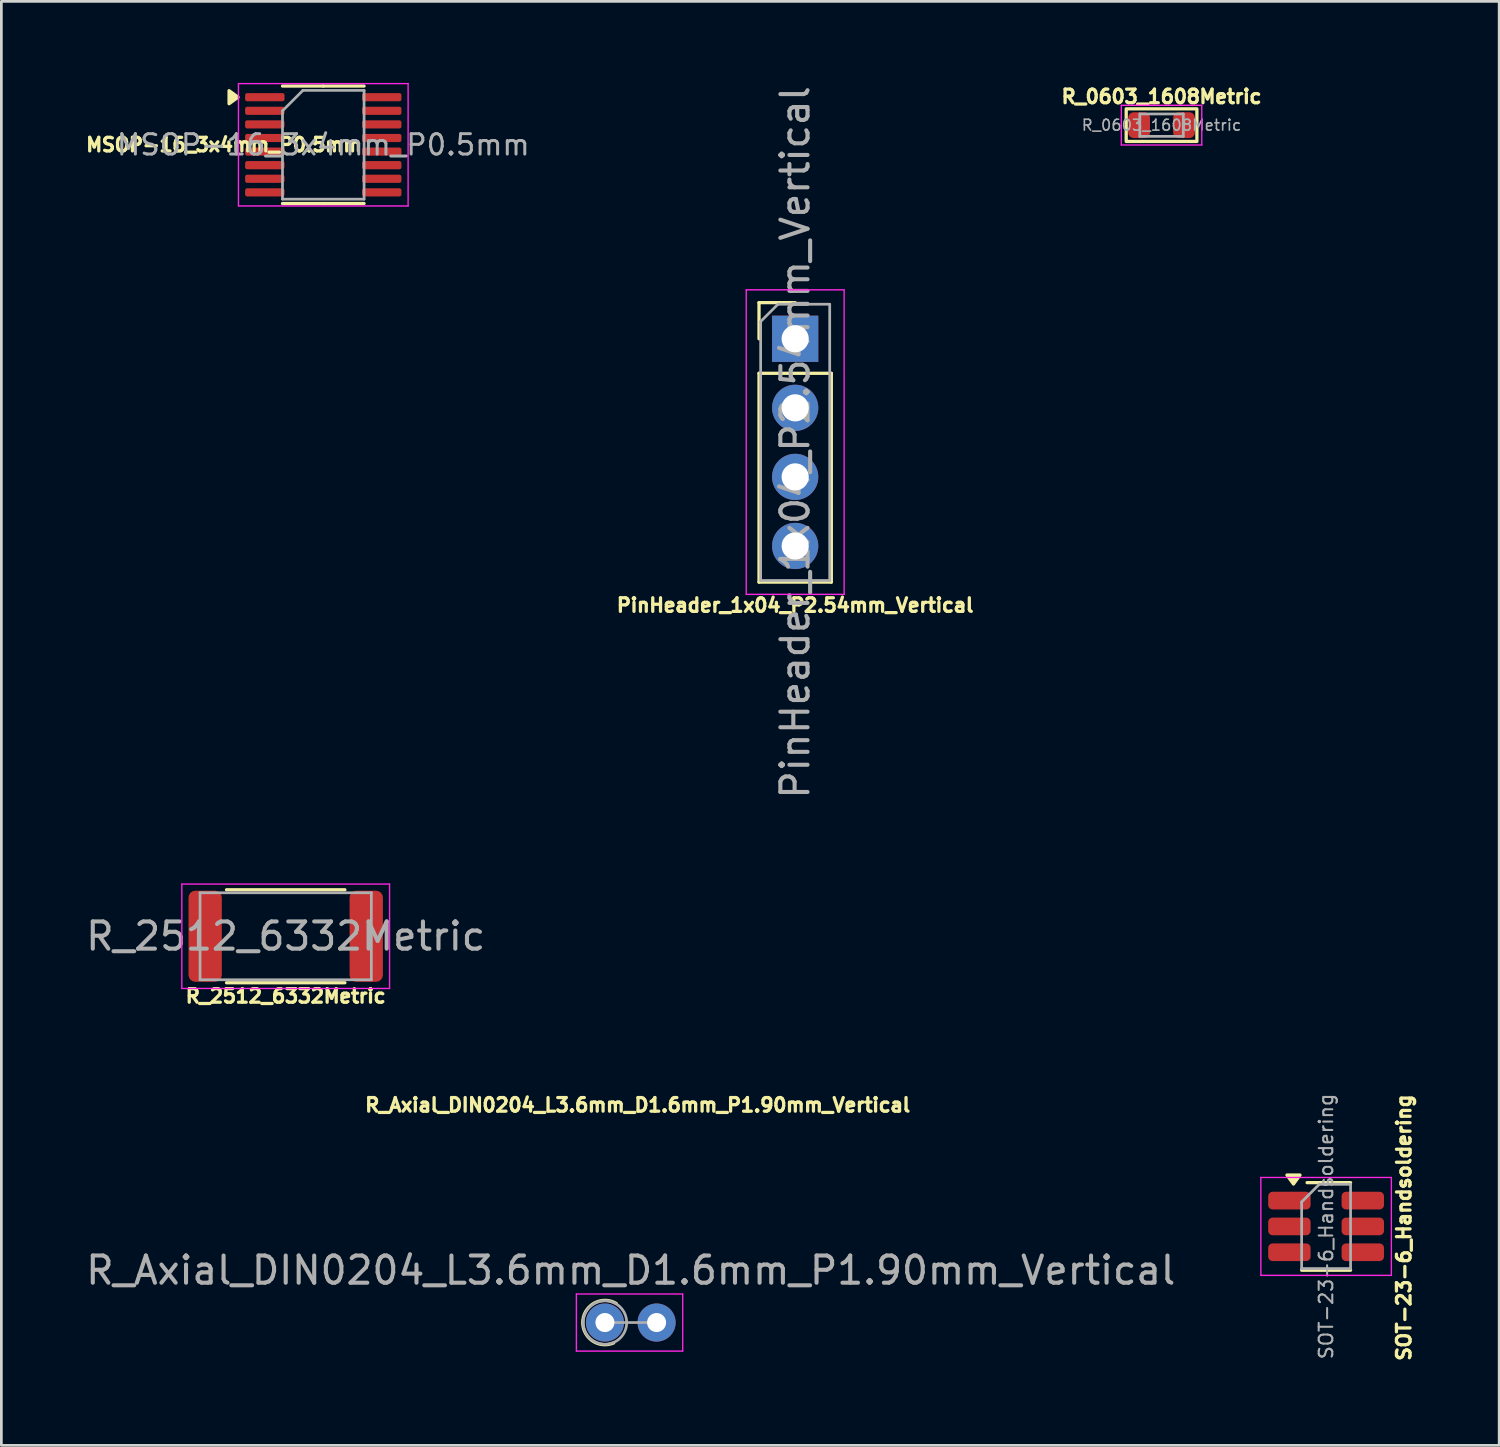
<source format=kicad_pcb>
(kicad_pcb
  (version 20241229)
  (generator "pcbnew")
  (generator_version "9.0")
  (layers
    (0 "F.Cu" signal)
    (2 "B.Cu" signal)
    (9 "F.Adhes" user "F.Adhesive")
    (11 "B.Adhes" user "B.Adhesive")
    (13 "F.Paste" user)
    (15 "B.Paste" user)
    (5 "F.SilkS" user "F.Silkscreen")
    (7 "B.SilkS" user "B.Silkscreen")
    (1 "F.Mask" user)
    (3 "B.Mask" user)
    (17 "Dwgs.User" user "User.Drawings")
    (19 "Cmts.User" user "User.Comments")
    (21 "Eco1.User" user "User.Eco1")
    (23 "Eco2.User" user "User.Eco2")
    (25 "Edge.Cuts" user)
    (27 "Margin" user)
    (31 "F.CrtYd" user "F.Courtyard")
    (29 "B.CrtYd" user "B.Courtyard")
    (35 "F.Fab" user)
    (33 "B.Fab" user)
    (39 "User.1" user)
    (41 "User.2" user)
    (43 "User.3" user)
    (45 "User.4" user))
  (footprint "R_Axial_DIN0204_L3.6mm_D1.6mm_P1.90mm_Vertical"
    (layer "F.Cu")
    (at 19.199 45.592)
    (property "Reference" "R_Axial_DIN0204_L3.6mm_D1.6mm_P1.90mm_Vertical" (at 1.205 -8 0) (layer "F.SilkS") (effects (font (size 0.5 0.5) (thickness 0.12))))
    (attr through_hole)
    (fp_arc (start 0.320095 0.749359) (mid -0.813042 -0.054435) (end 0.417133 -0.7) (stroke (width 0.12) (type solid)) (layer "F.SilkS"))
    (fp_line (start -1.05 -1.05) (end -1.05 1.05) (stroke (width 0.05) (type solid)) (layer "F.CrtYd"))
    (fp_line (start -1.05 1.05) (end 2.86 1.05) (stroke (width 0.05) (type solid)) (layer "F.CrtYd"))
    (fp_line (start 2.86 -1.05) (end -1.05 -1.05) (stroke (width 0.05) (type solid)) (layer "F.CrtYd"))
    (fp_line (start 2.86 1.05) (end 2.86 -1.05) (stroke (width 0.05) (type solid)) (layer "F.CrtYd"))
    (fp_line (start 0 0) (end 1.9 0) (stroke (width 0.1) (type solid)) (layer "F.Fab"))
    (fp_circle (center 0 0) (end 0.8 0) (stroke (width 0.1) (type solid)) (fill no) (layer "F.Fab"))
    (fp_text user "${REFERENCE}" (at 0.95 -1.92 0) (layer "F.Fab") (effects (font (size 1 1) (thickness 0.15))))
    (pad "1" thru_hole circle (at 0 0) (size 1.4 1.4) (drill 0.7) (layers "*.Cu" "*.Mask"))
    (pad "2" thru_hole oval (at 1.9 0) (size 1.4 1.4) (drill 0.7) (layers "*.Cu" "*.Mask")))
  (footprint "R_0603_1608Metric"
    (layer "F.Cu")
    (at 39.671 1.553)
    (property "Reference" "R_0603_1608Metric" (at 0 -1.05 0) (layer "F.SilkS") (effects (font (size 0.5 0.5) (thickness 0.12))))
    (attr smd)
    (fp_rect (start -1.3 -0.6) (end 1.3 0.6) (stroke (width 0.12) (type default)) (fill no) (layer "F.SilkS"))
    (fp_line (start -1.48 -0.73) (end 1.48 -0.73) (stroke (width 0.05) (type solid)) (layer "F.CrtYd"))
    (fp_line (start -1.48 0.73) (end -1.48 -0.73) (stroke (width 0.05) (type solid)) (layer "F.CrtYd"))
    (fp_line (start 1.48 -0.73) (end 1.48 0.73) (stroke (width 0.05) (type solid)) (layer "F.CrtYd"))
    (fp_line (start 1.48 0.73) (end -1.48 0.73) (stroke (width 0.05) (type solid)) (layer "F.CrtYd"))
    (fp_line (start -0.8 -0.412) (end 0.8 -0.412) (stroke (width 0.1) (type solid)) (layer "F.Fab"))
    (fp_line (start -0.8 0.412) (end -0.8 -0.412) (stroke (width 0.1) (type solid)) (layer "F.Fab"))
    (fp_line (start 0.8 -0.412) (end 0.8 0.412) (stroke (width 0.1) (type solid)) (layer "F.Fab"))
    (fp_line (start 0.8 0.412) (end -0.8 0.412) (stroke (width 0.1) (type solid)) (layer "F.Fab"))
    (fp_text user "${REFERENCE}" (at 0 0 0) (layer "F.Fab") (effects (font (size 0.4 0.4) (thickness 0.06))))
    (pad "1" smd roundrect (at -0.825 0) (size 0.8 0.95) (layers "F.Cu" "F.Mask" "F.Paste") (roundrect_rratio 0.25))
    (pad "2" smd roundrect (at 0.825 0) (size 0.8 0.95) (layers "F.Cu" "F.Mask" "F.Paste") (roundrect_rratio 0.25)))
  (footprint "PinHeader_1x04_P2.54mm_Vertical"
    (layer "F.Cu")
    (at 26.196 9.41)
    (property "Reference" "PinHeader_1x04_P2.54mm_Vertical" (at 0 9.8 180) (layer "F.SilkS") (effects (font (size 0.5 0.5) (thickness 0.12))))
    (attr through_hole)
    (fp_line (start -1.33 -1.33) (end 0 -1.33) (stroke (width 0.12) (type solid)) (layer "F.SilkS"))
    (fp_line (start -1.33 0) (end -1.33 -1.33) (stroke (width 0.12) (type solid)) (layer "F.SilkS"))
    (fp_line (start -1.33 1.27) (end -1.33 8.95) (stroke (width 0.12) (type solid)) (layer "F.SilkS"))
    (fp_line (start -1.33 1.27) (end 1.33 1.27) (stroke (width 0.12) (type solid)) (layer "F.SilkS"))
    (fp_line (start -1.33 8.95) (end 1.33 8.95) (stroke (width 0.12) (type solid)) (layer "F.SilkS"))
    (fp_line (start 1.33 1.27) (end 1.33 8.95) (stroke (width 0.12) (type solid)) (layer "F.SilkS"))
    (fp_line (start -1.8 -1.8) (end -1.8 9.4) (stroke (width 0.05) (type solid)) (layer "F.CrtYd"))
    (fp_line (start -1.8 9.4) (end 1.8 9.4) (stroke (width 0.05) (type solid)) (layer "F.CrtYd"))
    (fp_line (start 1.8 -1.8) (end -1.8 -1.8) (stroke (width 0.05) (type solid)) (layer "F.CrtYd"))
    (fp_line (start 1.8 9.4) (end 1.8 -1.8) (stroke (width 0.05) (type solid)) (layer "F.CrtYd"))
    (fp_line (start -1.27 -0.635) (end -0.635 -1.27) (stroke (width 0.1) (type solid)) (layer "F.Fab"))
    (fp_line (start -1.27 8.89) (end -1.27 -0.635) (stroke (width 0.1) (type solid)) (layer "F.Fab"))
    (fp_line (start -0.635 -1.27) (end 1.27 -1.27) (stroke (width 0.1) (type solid)) (layer "F.Fab"))
    (fp_line (start 1.27 -1.27) (end 1.27 8.89) (stroke (width 0.1) (type solid)) (layer "F.Fab"))
    (fp_line (start 1.27 8.89) (end -1.27 8.89) (stroke (width 0.1) (type solid)) (layer "F.Fab"))
    (fp_text user "${REFERENCE}" (at 0 3.81 90) (layer "F.Fab") (effects (font (size 1 1) (thickness 0.15))))
    (pad "1" thru_hole rect (at 0 0) (size 1.7 1.7) (drill 1) (layers "*.Cu" "*.Mask"))
    (pad "2" thru_hole oval (at 0 2.54) (size 1.7 1.7) (drill 1) (layers "*.Cu" "*.Mask"))
    (pad "3" thru_hole oval (at 0 5.08) (size 1.7 1.7) (drill 1) (layers "*.Cu" "*.Mask"))
    (pad "4" thru_hole oval (at 0 7.62) (size 1.7 1.7) (drill 1) (layers "*.Cu" "*.Mask")))
  (footprint "SOT-23-6_Handsoldering"
    (layer "F.Cu")
    (at 45.723 42.057)
    (property "Reference" "SOT-23-6_Handsoldering" (at 2.862 0.043 270) (layer "F.SilkS") (effects (font (size 0.5 0.5) (thickness 0.12))))
    (attr smd)
    (fp_line (start -0.9 1.61) (end 0.9 1.61) (stroke (width 0.12) (type solid)) (layer "F.SilkS"))
    (fp_line (start 0.1 -1.61) (end -0.7 -1.61) (stroke (width 0.12) (type solid)) (layer "F.SilkS"))
    (fp_line (start 0.1 -1.61) (end 0.9 -1.61) (stroke (width 0.12) (type solid)) (layer "F.SilkS"))
    (fp_poly (pts (xy -1.2 -1.56) (xy -1.44 -1.89) (xy -0.96 -1.89) (xy -1.2 -1.56)) (stroke (width 0.12) (type solid)) (fill yes) (layer "F.SilkS"))
    (fp_line (start -2.4 -1.8) (end 2.4 -1.8) (stroke (width 0.05) (type solid)) (layer "F.CrtYd"))
    (fp_line (start -2.4 1.8) (end -2.4 -1.8) (stroke (width 0.05) (type solid)) (layer "F.CrtYd"))
    (fp_line (start 2.4 -1.8) (end 2.4 1.8) (stroke (width 0.05) (type solid)) (layer "F.CrtYd"))
    (fp_line (start 2.4 1.8) (end -2.4 1.8) (stroke (width 0.05) (type solid)) (layer "F.CrtYd"))
    (fp_line (start -0.9 -0.9) (end -0.9 1.55) (stroke (width 0.1) (type solid)) (layer "F.Fab"))
    (fp_line (start -0.9 -0.9) (end -0.25 -1.55) (stroke (width 0.1) (type solid)) (layer "F.Fab"))
    (fp_line (start 0.9 -1.55) (end -0.25 -1.55) (stroke (width 0.1) (type solid)) (layer "F.Fab"))
    (fp_line (start 0.9 -1.55) (end 0.9 1.55) (stroke (width 0.1) (type solid)) (layer "F.Fab"))
    (fp_line (start 0.9 1.55) (end -0.9 1.55) (stroke (width 0.1) (type solid)) (layer "F.Fab"))
    (fp_text user "${REFERENCE}" (at 0 0 270) (layer "F.Fab") (effects (font (size 0.5 0.5) (thickness 0.075))))
    (pad "1" smd roundrect (at -1.35 -0.95) (size 1.56 0.65) (layers "F.Cu" "F.Mask" "F.Paste") (roundrect_rratio 0.25))
    (pad "2" smd roundrect (at -1.35 0) (size 1.56 0.65) (layers "F.Cu" "F.Mask" "F.Paste") (roundrect_rratio 0.25))
    (pad "3" smd roundrect (at -1.35 0.95) (size 1.56 0.65) (layers "F.Cu" "F.Mask" "F.Paste") (roundrect_rratio 0.25))
    (pad "4" smd roundrect (at 1.35 0.95) (size 1.56 0.65) (layers "F.Cu" "F.Mask" "F.Paste") (roundrect_rratio 0.25))
    (pad "5" smd roundrect (at 1.35 0) (size 1.56 0.65) (layers "F.Cu" "F.Mask" "F.Paste") (roundrect_rratio 0.25))
    (pad "6" smd roundrect (at 1.35 -0.95) (size 1.56 0.65) (layers "F.Cu" "F.Mask" "F.Paste") (roundrect_rratio 0.25)))
  (footprint "MSOP-16_3x4mm_P0.5mm"
    (layer "F.Cu")
    (at 8.84 2.275)
    (property "Reference" "MSOP-16_3x4mm_P0.5mm" (at -3.65 0 0) (layer "F.SilkS") (effects (font (size 0.5 0.5) (thickness 0.12))))
    (attr smd)
    (fp_line (start 0 -2.16) (end -1.5 -2.16) (stroke (width 0.12) (type solid)) (layer "F.SilkS"))
    (fp_line (start 0 -2.16) (end 1.5 -2.16) (stroke (width 0.12) (type solid)) (layer "F.SilkS"))
    (fp_line (start 0 2.16) (end -1.5 2.16) (stroke (width 0.12) (type solid)) (layer "F.SilkS"))
    (fp_line (start 0 2.16) (end 1.5 2.16) (stroke (width 0.12) (type solid)) (layer "F.SilkS"))
    (fp_poly (pts (xy -3.135 -1.75) (xy -3.465 -1.99) (xy -3.465 -1.51) (xy -3.135 -1.75)) (stroke (width 0.12) (type solid)) (fill yes) (layer "F.SilkS"))
    (fp_line (start -3.12 -2.25) (end -3.12 2.25) (stroke (width 0.05) (type solid)) (layer "F.CrtYd"))
    (fp_line (start -3.12 2.25) (end 3.12 2.25) (stroke (width 0.05) (type solid)) (layer "F.CrtYd"))
    (fp_line (start 3.12 -2.25) (end -3.12 -2.25) (stroke (width 0.05) (type solid)) (layer "F.CrtYd"))
    (fp_line (start 3.12 2.25) (end 3.12 -2.25) (stroke (width 0.05) (type solid)) (layer "F.CrtYd"))
    (fp_line (start -1.5 -1.25) (end -0.75 -2) (stroke (width 0.1) (type solid)) (layer "F.Fab"))
    (fp_line (start -1.5 2) (end -1.5 -1.25) (stroke (width 0.1) (type solid)) (layer "F.Fab"))
    (fp_line (start -0.75 -2) (end 1.5 -2) (stroke (width 0.1) (type solid)) (layer "F.Fab"))
    (fp_line (start 1.5 -2) (end 1.5 2) (stroke (width 0.1) (type solid)) (layer "F.Fab"))
    (fp_line (start 1.5 2) (end -1.5 2) (stroke (width 0.1) (type solid)) (layer "F.Fab"))
    (fp_text user "${REFERENCE}" (at 0 0 0) (layer "F.Fab") (effects (font (size 0.75 0.75) (thickness 0.11))))
    (pad "1" smd roundrect (at -2.15 -1.75) (size 1.45 0.3) (layers "F.Cu" "F.Mask" "F.Paste") (roundrect_rratio 0.25))
    (pad "2" smd roundrect (at -2.15 -1.25) (size 1.45 0.3) (layers "F.Cu" "F.Mask" "F.Paste") (roundrect_rratio 0.25))
    (pad "3" smd roundrect (at -2.15 -0.75) (size 1.45 0.3) (layers "F.Cu" "F.Mask" "F.Paste") (roundrect_rratio 0.25))
    (pad "4" smd roundrect (at -2.15 -0.25) (size 1.45 0.3) (layers "F.Cu" "F.Mask" "F.Paste") (roundrect_rratio 0.25))
    (pad "5" smd roundrect (at -2.15 0.25) (size 1.45 0.3) (layers "F.Cu" "F.Mask" "F.Paste") (roundrect_rratio 0.25))
    (pad "6" smd roundrect (at -2.15 0.75) (size 1.45 0.3) (layers "F.Cu" "F.Mask" "F.Paste") (roundrect_rratio 0.25))
    (pad "7" smd roundrect (at -2.15 1.25) (size 1.45 0.3) (layers "F.Cu" "F.Mask" "F.Paste") (roundrect_rratio 0.25))
    (pad "8" smd roundrect (at -2.15 1.75) (size 1.45 0.3) (layers "F.Cu" "F.Mask" "F.Paste") (roundrect_rratio 0.25))
    (pad "9" smd roundrect (at 2.15 1.75) (size 1.45 0.3) (layers "F.Cu" "F.Mask" "F.Paste") (roundrect_rratio 0.25))
    (pad "10" smd roundrect (at 2.15 1.25) (size 1.45 0.3) (layers "F.Cu" "F.Mask" "F.Paste") (roundrect_rratio 0.25))
    (pad "11" smd roundrect (at 2.15 0.75) (size 1.45 0.3) (layers "F.Cu" "F.Mask" "F.Paste") (roundrect_rratio 0.25))
    (pad "12" smd roundrect (at 2.15 0.25) (size 1.45 0.3) (layers "F.Cu" "F.Mask" "F.Paste") (roundrect_rratio 0.25))
    (pad "13" smd roundrect (at 2.15 -0.25) (size 1.45 0.3) (layers "F.Cu" "F.Mask" "F.Paste") (roundrect_rratio 0.25))
    (pad "14" smd roundrect (at 2.15 -0.75) (size 1.45 0.3) (layers "F.Cu" "F.Mask" "F.Paste") (roundrect_rratio 0.25))
    (pad "15" smd roundrect (at 2.15 -1.25) (size 1.45 0.3) (layers "F.Cu" "F.Mask" "F.Paste") (roundrect_rratio 0.25))
    (pad "16" smd roundrect (at 2.15 -1.75) (size 1.45 0.3) (layers "F.Cu" "F.Mask" "F.Paste") (roundrect_rratio 0.25)))
  (footprint "R_2512_6332Metric"
    (layer "F.Cu")
    (at 7.458 31.385)
    (property "Reference" "R_2512_6332Metric" (at 0 2.2 0) (layer "F.SilkS") (effects (font (size 0.5 0.5) (thickness 0.12))))
    (attr smd)
    (fp_line (start -2.177 -1.71) (end 2.177 -1.71) (stroke (width 0.12) (type solid)) (layer "F.SilkS"))
    (fp_line (start -2.177 1.71) (end 2.177 1.71) (stroke (width 0.12) (type solid)) (layer "F.SilkS"))
    (fp_line (start -3.82 -1.92) (end 3.82 -1.92) (stroke (width 0.05) (type solid)) (layer "F.CrtYd"))
    (fp_line (start -3.82 1.92) (end -3.82 -1.92) (stroke (width 0.05) (type solid)) (layer "F.CrtYd"))
    (fp_line (start 3.82 -1.92) (end 3.82 1.92) (stroke (width 0.05) (type solid)) (layer "F.CrtYd"))
    (fp_line (start 3.82 1.92) (end -3.82 1.92) (stroke (width 0.05) (type solid)) (layer "F.CrtYd"))
    (fp_line (start -3.15 -1.6) (end 3.15 -1.6) (stroke (width 0.1) (type solid)) (layer "F.Fab"))
    (fp_line (start -3.15 1.6) (end -3.15 -1.6) (stroke (width 0.1) (type solid)) (layer "F.Fab"))
    (fp_line (start 3.15 -1.6) (end 3.15 1.6) (stroke (width 0.1) (type solid)) (layer "F.Fab"))
    (fp_line (start 3.15 1.6) (end -3.15 1.6) (stroke (width 0.1) (type solid)) (layer "F.Fab"))
    (fp_text user "${REFERENCE}" (at 0 0 0) (layer "F.Fab") (effects (font (size 1 1) (thickness 0.15))))
    (pad "1" smd roundrect (at -2.962 0) (size 1.225 3.35) (layers "F.Cu" "F.Mask" "F.Paste") (roundrect_rratio 0.204))
    (pad "2" smd roundrect (at 2.962 0) (size 1.225 3.35) (layers "F.Cu" "F.Mask" "F.Paste") (roundrect_rratio 0.204)))
  (gr_rect
    (start -3 -3)
    (end 52.088 50.11)
    (stroke (width 0.1) (type default))
    (fill no)
    (layer "Edge.Cuts")))
</source>
